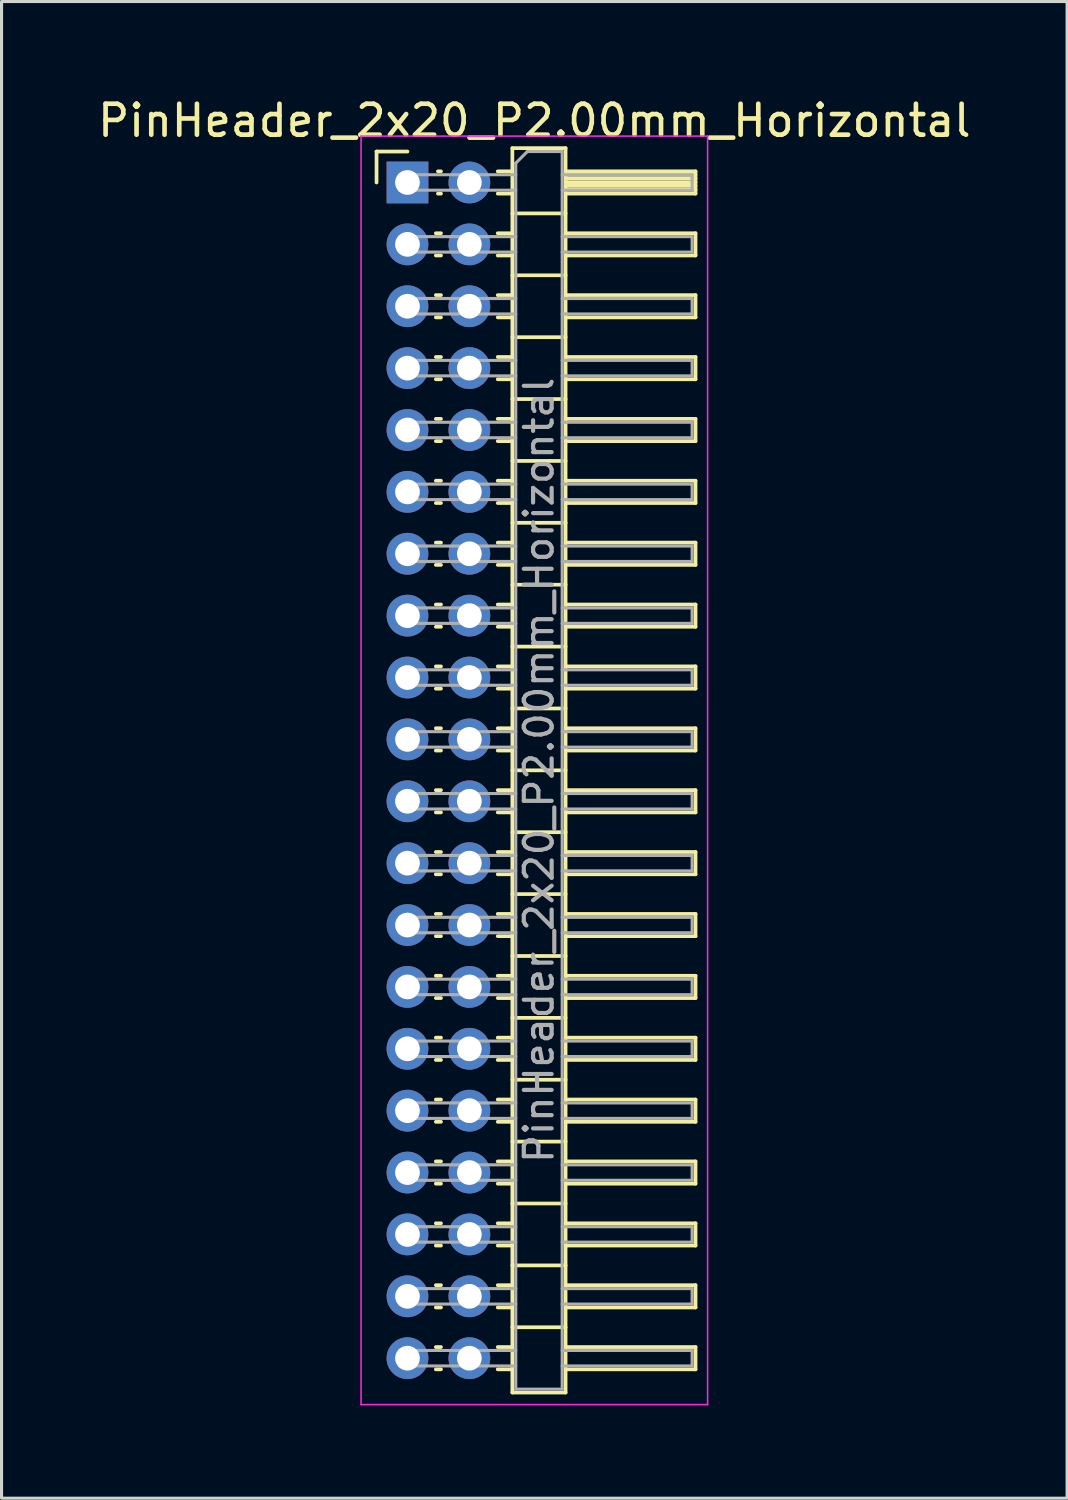
<source format=kicad_pcb>
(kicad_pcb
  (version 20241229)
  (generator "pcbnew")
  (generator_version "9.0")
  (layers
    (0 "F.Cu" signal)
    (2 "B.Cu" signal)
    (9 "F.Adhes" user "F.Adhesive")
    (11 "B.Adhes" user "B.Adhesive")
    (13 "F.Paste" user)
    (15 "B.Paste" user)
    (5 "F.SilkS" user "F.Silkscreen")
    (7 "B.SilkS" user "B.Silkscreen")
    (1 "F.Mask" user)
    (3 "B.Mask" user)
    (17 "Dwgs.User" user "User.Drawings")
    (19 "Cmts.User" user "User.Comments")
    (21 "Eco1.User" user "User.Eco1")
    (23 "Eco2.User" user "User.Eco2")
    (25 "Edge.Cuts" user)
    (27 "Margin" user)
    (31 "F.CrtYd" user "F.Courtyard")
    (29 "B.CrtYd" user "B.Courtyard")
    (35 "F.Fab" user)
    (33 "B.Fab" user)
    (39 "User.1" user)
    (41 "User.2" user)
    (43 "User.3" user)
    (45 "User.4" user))
  (footprint "PinHeader_2x20_P2.00mm_Horizontal"
    (layer "F.Cu")
    (at 10.12 2.848)
    (property "Reference" "PinHeader_2x20_P2.00mm_Horizontal" (at 4.1 -2 0) (layer "F.SilkS") (effects (font (size 1 1) (thickness 0.15))))
    (attr through_hole)
    (fp_line (start -1 -1) (end 0 -1) (stroke (width 0.12) (type solid)) (layer "F.SilkS"))
    (fp_line (start -1 0) (end -1 -1) (stroke (width 0.12) (type solid)) (layer "F.SilkS"))
    (fp_line (start 0.917 1.64) (end 1.083 1.64) (stroke (width 0.12) (type solid)) (layer "F.SilkS"))
    (fp_line (start 0.917 2.36) (end 1.083 2.36) (stroke (width 0.12) (type solid)) (layer "F.SilkS"))
    (fp_line (start 0.917 3.64) (end 1.083 3.64) (stroke (width 0.12) (type solid)) (layer "F.SilkS"))
    (fp_line (start 0.917 4.36) (end 1.083 4.36) (stroke (width 0.12) (type solid)) (layer "F.SilkS"))
    (fp_line (start 0.917 5.64) (end 1.083 5.64) (stroke (width 0.12) (type solid)) (layer "F.SilkS"))
    (fp_line (start 0.917 6.36) (end 1.083 6.36) (stroke (width 0.12) (type solid)) (layer "F.SilkS"))
    (fp_line (start 0.917 7.64) (end 1.083 7.64) (stroke (width 0.12) (type solid)) (layer "F.SilkS"))
    (fp_line (start 0.917 8.36) (end 1.083 8.36) (stroke (width 0.12) (type solid)) (layer "F.SilkS"))
    (fp_line (start 0.917 9.64) (end 1.083 9.64) (stroke (width 0.12) (type solid)) (layer "F.SilkS"))
    (fp_line (start 0.917 10.36) (end 1.083 10.36) (stroke (width 0.12) (type solid)) (layer "F.SilkS"))
    (fp_line (start 0.917 11.64) (end 1.083 11.64) (stroke (width 0.12) (type solid)) (layer "F.SilkS"))
    (fp_line (start 0.917 12.36) (end 1.083 12.36) (stroke (width 0.12) (type solid)) (layer "F.SilkS"))
    (fp_line (start 0.917 13.64) (end 1.083 13.64) (stroke (width 0.12) (type solid)) (layer "F.SilkS"))
    (fp_line (start 0.917 14.36) (end 1.083 14.36) (stroke (width 0.12) (type solid)) (layer "F.SilkS"))
    (fp_line (start 0.917 15.64) (end 1.083 15.64) (stroke (width 0.12) (type solid)) (layer "F.SilkS"))
    (fp_line (start 0.917 16.36) (end 1.083 16.36) (stroke (width 0.12) (type solid)) (layer "F.SilkS"))
    (fp_line (start 0.917 17.64) (end 1.083 17.64) (stroke (width 0.12) (type solid)) (layer "F.SilkS"))
    (fp_line (start 0.917 18.36) (end 1.083 18.36) (stroke (width 0.12) (type solid)) (layer "F.SilkS"))
    (fp_line (start 0.917 19.64) (end 1.083 19.64) (stroke (width 0.12) (type solid)) (layer "F.SilkS"))
    (fp_line (start 0.917 20.36) (end 1.083 20.36) (stroke (width 0.12) (type solid)) (layer "F.SilkS"))
    (fp_line (start 0.917 21.64) (end 1.083 21.64) (stroke (width 0.12) (type solid)) (layer "F.SilkS"))
    (fp_line (start 0.917 22.36) (end 1.083 22.36) (stroke (width 0.12) (type solid)) (layer "F.SilkS"))
    (fp_line (start 0.917 23.64) (end 1.083 23.64) (stroke (width 0.12) (type solid)) (layer "F.SilkS"))
    (fp_line (start 0.917 24.36) (end 1.083 24.36) (stroke (width 0.12) (type solid)) (layer "F.SilkS"))
    (fp_line (start 0.917 25.64) (end 1.083 25.64) (stroke (width 0.12) (type solid)) (layer "F.SilkS"))
    (fp_line (start 0.917 26.36) (end 1.083 26.36) (stroke (width 0.12) (type solid)) (layer "F.SilkS"))
    (fp_line (start 0.917 27.64) (end 1.083 27.64) (stroke (width 0.12) (type solid)) (layer "F.SilkS"))
    (fp_line (start 0.917 28.36) (end 1.083 28.36) (stroke (width 0.12) (type solid)) (layer "F.SilkS"))
    (fp_line (start 0.917 29.64) (end 1.083 29.64) (stroke (width 0.12) (type solid)) (layer "F.SilkS"))
    (fp_line (start 0.917 30.36) (end 1.083 30.36) (stroke (width 0.12) (type solid)) (layer "F.SilkS"))
    (fp_line (start 0.917 31.64) (end 1.083 31.64) (stroke (width 0.12) (type solid)) (layer "F.SilkS"))
    (fp_line (start 0.917 32.36) (end 1.083 32.36) (stroke (width 0.12) (type solid)) (layer "F.SilkS"))
    (fp_line (start 0.917 33.64) (end 1.083 33.64) (stroke (width 0.12) (type solid)) (layer "F.SilkS"))
    (fp_line (start 0.917 34.36) (end 1.083 34.36) (stroke (width 0.12) (type solid)) (layer "F.SilkS"))
    (fp_line (start 0.917 35.64) (end 1.083 35.64) (stroke (width 0.12) (type solid)) (layer "F.SilkS"))
    (fp_line (start 0.917 36.36) (end 1.083 36.36) (stroke (width 0.12) (type solid)) (layer "F.SilkS"))
    (fp_line (start 0.917 37.64) (end 1.083 37.64) (stroke (width 0.12) (type solid)) (layer "F.SilkS"))
    (fp_line (start 0.917 38.36) (end 1.083 38.36) (stroke (width 0.12) (type solid)) (layer "F.SilkS"))
    (fp_line (start 0.985 -0.36) (end 1.083 -0.36) (stroke (width 0.12) (type solid)) (layer "F.SilkS"))
    (fp_line (start 0.985 0.36) (end 1.083 0.36) (stroke (width 0.12) (type solid)) (layer "F.SilkS"))
    (fp_line (start 2.917 -0.36) (end 3.39 -0.36) (stroke (width 0.12) (type solid)) (layer "F.SilkS"))
    (fp_line (start 2.917 0.36) (end 3.39 0.36) (stroke (width 0.12) (type solid)) (layer "F.SilkS"))
    (fp_line (start 2.917 1.64) (end 3.39 1.64) (stroke (width 0.12) (type solid)) (layer "F.SilkS"))
    (fp_line (start 2.917 2.36) (end 3.39 2.36) (stroke (width 0.12) (type solid)) (layer "F.SilkS"))
    (fp_line (start 2.917 3.64) (end 3.39 3.64) (stroke (width 0.12) (type solid)) (layer "F.SilkS"))
    (fp_line (start 2.917 4.36) (end 3.39 4.36) (stroke (width 0.12) (type solid)) (layer "F.SilkS"))
    (fp_line (start 2.917 5.64) (end 3.39 5.64) (stroke (width 0.12) (type solid)) (layer "F.SilkS"))
    (fp_line (start 2.917 6.36) (end 3.39 6.36) (stroke (width 0.12) (type solid)) (layer "F.SilkS"))
    (fp_line (start 2.917 7.64) (end 3.39 7.64) (stroke (width 0.12) (type solid)) (layer "F.SilkS"))
    (fp_line (start 2.917 8.36) (end 3.39 8.36) (stroke (width 0.12) (type solid)) (layer "F.SilkS"))
    (fp_line (start 2.917 9.64) (end 3.39 9.64) (stroke (width 0.12) (type solid)) (layer "F.SilkS"))
    (fp_line (start 2.917 10.36) (end 3.39 10.36) (stroke (width 0.12) (type solid)) (layer "F.SilkS"))
    (fp_line (start 2.917 11.64) (end 3.39 11.64) (stroke (width 0.12) (type solid)) (layer "F.SilkS"))
    (fp_line (start 2.917 12.36) (end 3.39 12.36) (stroke (width 0.12) (type solid)) (layer "F.SilkS"))
    (fp_line (start 2.917 13.64) (end 3.39 13.64) (stroke (width 0.12) (type solid)) (layer "F.SilkS"))
    (fp_line (start 2.917 14.36) (end 3.39 14.36) (stroke (width 0.12) (type solid)) (layer "F.SilkS"))
    (fp_line (start 2.917 15.64) (end 3.39 15.64) (stroke (width 0.12) (type solid)) (layer "F.SilkS"))
    (fp_line (start 2.917 16.36) (end 3.39 16.36) (stroke (width 0.12) (type solid)) (layer "F.SilkS"))
    (fp_line (start 2.917 17.64) (end 3.39 17.64) (stroke (width 0.12) (type solid)) (layer "F.SilkS"))
    (fp_line (start 2.917 18.36) (end 3.39 18.36) (stroke (width 0.12) (type solid)) (layer "F.SilkS"))
    (fp_line (start 2.917 19.64) (end 3.39 19.64) (stroke (width 0.12) (type solid)) (layer "F.SilkS"))
    (fp_line (start 2.917 20.36) (end 3.39 20.36) (stroke (width 0.12) (type solid)) (layer "F.SilkS"))
    (fp_line (start 2.917 21.64) (end 3.39 21.64) (stroke (width 0.12) (type solid)) (layer "F.SilkS"))
    (fp_line (start 2.917 22.36) (end 3.39 22.36) (stroke (width 0.12) (type solid)) (layer "F.SilkS"))
    (fp_line (start 2.917 23.64) (end 3.39 23.64) (stroke (width 0.12) (type solid)) (layer "F.SilkS"))
    (fp_line (start 2.917 24.36) (end 3.39 24.36) (stroke (width 0.12) (type solid)) (layer "F.SilkS"))
    (fp_line (start 2.917 25.64) (end 3.39 25.64) (stroke (width 0.12) (type solid)) (layer "F.SilkS"))
    (fp_line (start 2.917 26.36) (end 3.39 26.36) (stroke (width 0.12) (type solid)) (layer "F.SilkS"))
    (fp_line (start 2.917 27.64) (end 3.39 27.64) (stroke (width 0.12) (type solid)) (layer "F.SilkS"))
    (fp_line (start 2.917 28.36) (end 3.39 28.36) (stroke (width 0.12) (type solid)) (layer "F.SilkS"))
    (fp_line (start 2.917 29.64) (end 3.39 29.64) (stroke (width 0.12) (type solid)) (layer "F.SilkS"))
    (fp_line (start 2.917 30.36) (end 3.39 30.36) (stroke (width 0.12) (type solid)) (layer "F.SilkS"))
    (fp_line (start 2.917 31.64) (end 3.39 31.64) (stroke (width 0.12) (type solid)) (layer "F.SilkS"))
    (fp_line (start 2.917 32.36) (end 3.39 32.36) (stroke (width 0.12) (type solid)) (layer "F.SilkS"))
    (fp_line (start 2.917 33.64) (end 3.39 33.64) (stroke (width 0.12) (type solid)) (layer "F.SilkS"))
    (fp_line (start 2.917 34.36) (end 3.39 34.36) (stroke (width 0.12) (type solid)) (layer "F.SilkS"))
    (fp_line (start 2.917 35.64) (end 3.39 35.64) (stroke (width 0.12) (type solid)) (layer "F.SilkS"))
    (fp_line (start 2.917 36.36) (end 3.39 36.36) (stroke (width 0.12) (type solid)) (layer "F.SilkS"))
    (fp_line (start 2.917 37.64) (end 3.39 37.64) (stroke (width 0.12) (type solid)) (layer "F.SilkS"))
    (fp_line (start 2.917 38.36) (end 3.39 38.36) (stroke (width 0.12) (type solid)) (layer "F.SilkS"))
    (fp_line (start 3.39 -1.11) (end 3.39 39.11) (stroke (width 0.12) (type solid)) (layer "F.SilkS"))
    (fp_line (start 3.39 1) (end 5.11 1) (stroke (width 0.12) (type solid)) (layer "F.SilkS"))
    (fp_line (start 3.39 3) (end 5.11 3) (stroke (width 0.12) (type solid)) (layer "F.SilkS"))
    (fp_line (start 3.39 5) (end 5.11 5) (stroke (width 0.12) (type solid)) (layer "F.SilkS"))
    (fp_line (start 3.39 7) (end 5.11 7) (stroke (width 0.12) (type solid)) (layer "F.SilkS"))
    (fp_line (start 3.39 9) (end 5.11 9) (stroke (width 0.12) (type solid)) (layer "F.SilkS"))
    (fp_line (start 3.39 11) (end 5.11 11) (stroke (width 0.12) (type solid)) (layer "F.SilkS"))
    (fp_line (start 3.39 13) (end 5.11 13) (stroke (width 0.12) (type solid)) (layer "F.SilkS"))
    (fp_line (start 3.39 15) (end 5.11 15) (stroke (width 0.12) (type solid)) (layer "F.SilkS"))
    (fp_line (start 3.39 17) (end 5.11 17) (stroke (width 0.12) (type solid)) (layer "F.SilkS"))
    (fp_line (start 3.39 19) (end 5.11 19) (stroke (width 0.12) (type solid)) (layer "F.SilkS"))
    (fp_line (start 3.39 21) (end 5.11 21) (stroke (width 0.12) (type solid)) (layer "F.SilkS"))
    (fp_line (start 3.39 23) (end 5.11 23) (stroke (width 0.12) (type solid)) (layer "F.SilkS"))
    (fp_line (start 3.39 25) (end 5.11 25) (stroke (width 0.12) (type solid)) (layer "F.SilkS"))
    (fp_line (start 3.39 27) (end 5.11 27) (stroke (width 0.12) (type solid)) (layer "F.SilkS"))
    (fp_line (start 3.39 29) (end 5.11 29) (stroke (width 0.12) (type solid)) (layer "F.SilkS"))
    (fp_line (start 3.39 31) (end 5.11 31) (stroke (width 0.12) (type solid)) (layer "F.SilkS"))
    (fp_line (start 3.39 33) (end 5.11 33) (stroke (width 0.12) (type solid)) (layer "F.SilkS"))
    (fp_line (start 3.39 35) (end 5.11 35) (stroke (width 0.12) (type solid)) (layer "F.SilkS"))
    (fp_line (start 3.39 37) (end 5.11 37) (stroke (width 0.12) (type solid)) (layer "F.SilkS"))
    (fp_line (start 3.39 39.11) (end 5.11 39.11) (stroke (width 0.12) (type solid)) (layer "F.SilkS"))
    (fp_line (start 5.11 -1.11) (end 3.39 -1.11) (stroke (width 0.12) (type solid)) (layer "F.SilkS"))
    (fp_line (start 5.11 -0.36) (end 9.31 -0.36) (stroke (width 0.12) (type solid)) (layer "F.SilkS"))
    (fp_line (start 5.11 -0.25) (end 9.31 -0.25) (stroke (width 0.12) (type solid)) (layer "F.SilkS"))
    (fp_line (start 5.11 -0.13) (end 9.31 -0.13) (stroke (width 0.12) (type solid)) (layer "F.SilkS"))
    (fp_line (start 5.11 -0.01) (end 9.31 -0.01) (stroke (width 0.12) (type solid)) (layer "F.SilkS"))
    (fp_line (start 5.11 0.11) (end 9.31 0.11) (stroke (width 0.12) (type solid)) (layer "F.SilkS"))
    (fp_line (start 5.11 0.23) (end 9.31 0.23) (stroke (width 0.12) (type solid)) (layer "F.SilkS"))
    (fp_line (start 5.11 1.64) (end 9.31 1.64) (stroke (width 0.12) (type solid)) (layer "F.SilkS"))
    (fp_line (start 5.11 3.64) (end 9.31 3.64) (stroke (width 0.12) (type solid)) (layer "F.SilkS"))
    (fp_line (start 5.11 5.64) (end 9.31 5.64) (stroke (width 0.12) (type solid)) (layer "F.SilkS"))
    (fp_line (start 5.11 7.64) (end 9.31 7.64) (stroke (width 0.12) (type solid)) (layer "F.SilkS"))
    (fp_line (start 5.11 9.64) (end 9.31 9.64) (stroke (width 0.12) (type solid)) (layer "F.SilkS"))
    (fp_line (start 5.11 11.64) (end 9.31 11.64) (stroke (width 0.12) (type solid)) (layer "F.SilkS"))
    (fp_line (start 5.11 13.64) (end 9.31 13.64) (stroke (width 0.12) (type solid)) (layer "F.SilkS"))
    (fp_line (start 5.11 15.64) (end 9.31 15.64) (stroke (width 0.12) (type solid)) (layer "F.SilkS"))
    (fp_line (start 5.11 17.64) (end 9.31 17.64) (stroke (width 0.12) (type solid)) (layer "F.SilkS"))
    (fp_line (start 5.11 19.64) (end 9.31 19.64) (stroke (width 0.12) (type solid)) (layer "F.SilkS"))
    (fp_line (start 5.11 21.64) (end 9.31 21.64) (stroke (width 0.12) (type solid)) (layer "F.SilkS"))
    (fp_line (start 5.11 23.64) (end 9.31 23.64) (stroke (width 0.12) (type solid)) (layer "F.SilkS"))
    (fp_line (start 5.11 25.64) (end 9.31 25.64) (stroke (width 0.12) (type solid)) (layer "F.SilkS"))
    (fp_line (start 5.11 27.64) (end 9.31 27.64) (stroke (width 0.12) (type solid)) (layer "F.SilkS"))
    (fp_line (start 5.11 29.64) (end 9.31 29.64) (stroke (width 0.12) (type solid)) (layer "F.SilkS"))
    (fp_line (start 5.11 31.64) (end 9.31 31.64) (stroke (width 0.12) (type solid)) (layer "F.SilkS"))
    (fp_line (start 5.11 33.64) (end 9.31 33.64) (stroke (width 0.12) (type solid)) (layer "F.SilkS"))
    (fp_line (start 5.11 35.64) (end 9.31 35.64) (stroke (width 0.12) (type solid)) (layer "F.SilkS"))
    (fp_line (start 5.11 37.64) (end 9.31 37.64) (stroke (width 0.12) (type solid)) (layer "F.SilkS"))
    (fp_line (start 5.11 39.11) (end 5.11 -1.11) (stroke (width 0.12) (type solid)) (layer "F.SilkS"))
    (fp_line (start 9.31 -0.36) (end 9.31 0.36) (stroke (width 0.12) (type solid)) (layer "F.SilkS"))
    (fp_line (start 9.31 0.36) (end 5.11 0.36) (stroke (width 0.12) (type solid)) (layer "F.SilkS"))
    (fp_line (start 9.31 1.64) (end 9.31 2.36) (stroke (width 0.12) (type solid)) (layer "F.SilkS"))
    (fp_line (start 9.31 2.36) (end 5.11 2.36) (stroke (width 0.12) (type solid)) (layer "F.SilkS"))
    (fp_line (start 9.31 3.64) (end 9.31 4.36) (stroke (width 0.12) (type solid)) (layer "F.SilkS"))
    (fp_line (start 9.31 4.36) (end 5.11 4.36) (stroke (width 0.12) (type solid)) (layer "F.SilkS"))
    (fp_line (start 9.31 5.64) (end 9.31 6.36) (stroke (width 0.12) (type solid)) (layer "F.SilkS"))
    (fp_line (start 9.31 6.36) (end 5.11 6.36) (stroke (width 0.12) (type solid)) (layer "F.SilkS"))
    (fp_line (start 9.31 7.64) (end 9.31 8.36) (stroke (width 0.12) (type solid)) (layer "F.SilkS"))
    (fp_line (start 9.31 8.36) (end 5.11 8.36) (stroke (width 0.12) (type solid)) (layer "F.SilkS"))
    (fp_line (start 9.31 9.64) (end 9.31 10.36) (stroke (width 0.12) (type solid)) (layer "F.SilkS"))
    (fp_line (start 9.31 10.36) (end 5.11 10.36) (stroke (width 0.12) (type solid)) (layer "F.SilkS"))
    (fp_line (start 9.31 11.64) (end 9.31 12.36) (stroke (width 0.12) (type solid)) (layer "F.SilkS"))
    (fp_line (start 9.31 12.36) (end 5.11 12.36) (stroke (width 0.12) (type solid)) (layer "F.SilkS"))
    (fp_line (start 9.31 13.64) (end 9.31 14.36) (stroke (width 0.12) (type solid)) (layer "F.SilkS"))
    (fp_line (start 9.31 14.36) (end 5.11 14.36) (stroke (width 0.12) (type solid)) (layer "F.SilkS"))
    (fp_line (start 9.31 15.64) (end 9.31 16.36) (stroke (width 0.12) (type solid)) (layer "F.SilkS"))
    (fp_line (start 9.31 16.36) (end 5.11 16.36) (stroke (width 0.12) (type solid)) (layer "F.SilkS"))
    (fp_line (start 9.31 17.64) (end 9.31 18.36) (stroke (width 0.12) (type solid)) (layer "F.SilkS"))
    (fp_line (start 9.31 18.36) (end 5.11 18.36) (stroke (width 0.12) (type solid)) (layer "F.SilkS"))
    (fp_line (start 9.31 19.64) (end 9.31 20.36) (stroke (width 0.12) (type solid)) (layer "F.SilkS"))
    (fp_line (start 9.31 20.36) (end 5.11 20.36) (stroke (width 0.12) (type solid)) (layer "F.SilkS"))
    (fp_line (start 9.31 21.64) (end 9.31 22.36) (stroke (width 0.12) (type solid)) (layer "F.SilkS"))
    (fp_line (start 9.31 22.36) (end 5.11 22.36) (stroke (width 0.12) (type solid)) (layer "F.SilkS"))
    (fp_line (start 9.31 23.64) (end 9.31 24.36) (stroke (width 0.12) (type solid)) (layer "F.SilkS"))
    (fp_line (start 9.31 24.36) (end 5.11 24.36) (stroke (width 0.12) (type solid)) (layer "F.SilkS"))
    (fp_line (start 9.31 25.64) (end 9.31 26.36) (stroke (width 0.12) (type solid)) (layer "F.SilkS"))
    (fp_line (start 9.31 26.36) (end 5.11 26.36) (stroke (width 0.12) (type solid)) (layer "F.SilkS"))
    (fp_line (start 9.31 27.64) (end 9.31 28.36) (stroke (width 0.12) (type solid)) (layer "F.SilkS"))
    (fp_line (start 9.31 28.36) (end 5.11 28.36) (stroke (width 0.12) (type solid)) (layer "F.SilkS"))
    (fp_line (start 9.31 29.64) (end 9.31 30.36) (stroke (width 0.12) (type solid)) (layer "F.SilkS"))
    (fp_line (start 9.31 30.36) (end 5.11 30.36) (stroke (width 0.12) (type solid)) (layer "F.SilkS"))
    (fp_line (start 9.31 31.64) (end 9.31 32.36) (stroke (width 0.12) (type solid)) (layer "F.SilkS"))
    (fp_line (start 9.31 32.36) (end 5.11 32.36) (stroke (width 0.12) (type solid)) (layer "F.SilkS"))
    (fp_line (start 9.31 33.64) (end 9.31 34.36) (stroke (width 0.12) (type solid)) (layer "F.SilkS"))
    (fp_line (start 9.31 34.36) (end 5.11 34.36) (stroke (width 0.12) (type solid)) (layer "F.SilkS"))
    (fp_line (start 9.31 35.64) (end 9.31 36.36) (stroke (width 0.12) (type solid)) (layer "F.SilkS"))
    (fp_line (start 9.31 36.36) (end 5.11 36.36) (stroke (width 0.12) (type solid)) (layer "F.SilkS"))
    (fp_line (start 9.31 37.64) (end 9.31 38.36) (stroke (width 0.12) (type solid)) (layer "F.SilkS"))
    (fp_line (start 9.31 38.36) (end 5.11 38.36) (stroke (width 0.12) (type solid)) (layer "F.SilkS"))
    (fp_line (start -1.5 -1.5) (end -1.5 39.5) (stroke (width 0.05) (type solid)) (layer "F.CrtYd"))
    (fp_line (start -1.5 39.5) (end 9.7 39.5) (stroke (width 0.05) (type solid)) (layer "F.CrtYd"))
    (fp_line (start 9.7 -1.5) (end -1.5 -1.5) (stroke (width 0.05) (type solid)) (layer "F.CrtYd"))
    (fp_line (start 9.7 39.5) (end 9.7 -1.5) (stroke (width 0.05) (type solid)) (layer "F.CrtYd"))
    (fp_line (start -0.25 -0.25) (end -0.25 0.25) (stroke (width 0.1) (type solid)) (layer "F.Fab"))
    (fp_line (start -0.25 -0.25) (end 3.5 -0.25) (stroke (width 0.1) (type solid)) (layer "F.Fab"))
    (fp_line (start -0.25 0.25) (end 3.5 0.25) (stroke (width 0.1) (type solid)) (layer "F.Fab"))
    (fp_line (start -0.25 1.75) (end -0.25 2.25) (stroke (width 0.1) (type solid)) (layer "F.Fab"))
    (fp_line (start -0.25 1.75) (end 3.5 1.75) (stroke (width 0.1) (type solid)) (layer "F.Fab"))
    (fp_line (start -0.25 2.25) (end 3.5 2.25) (stroke (width 0.1) (type solid)) (layer "F.Fab"))
    (fp_line (start -0.25 3.75) (end -0.25 4.25) (stroke (width 0.1) (type solid)) (layer "F.Fab"))
    (fp_line (start -0.25 3.75) (end 3.5 3.75) (stroke (width 0.1) (type solid)) (layer "F.Fab"))
    (fp_line (start -0.25 4.25) (end 3.5 4.25) (stroke (width 0.1) (type solid)) (layer "F.Fab"))
    (fp_line (start -0.25 5.75) (end -0.25 6.25) (stroke (width 0.1) (type solid)) (layer "F.Fab"))
    (fp_line (start -0.25 5.75) (end 3.5 5.75) (stroke (width 0.1) (type solid)) (layer "F.Fab"))
    (fp_line (start -0.25 6.25) (end 3.5 6.25) (stroke (width 0.1) (type solid)) (layer "F.Fab"))
    (fp_line (start -0.25 7.75) (end -0.25 8.25) (stroke (width 0.1) (type solid)) (layer "F.Fab"))
    (fp_line (start -0.25 7.75) (end 3.5 7.75) (stroke (width 0.1) (type solid)) (layer "F.Fab"))
    (fp_line (start -0.25 8.25) (end 3.5 8.25) (stroke (width 0.1) (type solid)) (layer "F.Fab"))
    (fp_line (start -0.25 9.75) (end -0.25 10.25) (stroke (width 0.1) (type solid)) (layer "F.Fab"))
    (fp_line (start -0.25 9.75) (end 3.5 9.75) (stroke (width 0.1) (type solid)) (layer "F.Fab"))
    (fp_line (start -0.25 10.25) (end 3.5 10.25) (stroke (width 0.1) (type solid)) (layer "F.Fab"))
    (fp_line (start -0.25 11.75) (end -0.25 12.25) (stroke (width 0.1) (type solid)) (layer "F.Fab"))
    (fp_line (start -0.25 11.75) (end 3.5 11.75) (stroke (width 0.1) (type solid)) (layer "F.Fab"))
    (fp_line (start -0.25 12.25) (end 3.5 12.25) (stroke (width 0.1) (type solid)) (layer "F.Fab"))
    (fp_line (start -0.25 13.75) (end -0.25 14.25) (stroke (width 0.1) (type solid)) (layer "F.Fab"))
    (fp_line (start -0.25 13.75) (end 3.5 13.75) (stroke (width 0.1) (type solid)) (layer "F.Fab"))
    (fp_line (start -0.25 14.25) (end 3.5 14.25) (stroke (width 0.1) (type solid)) (layer "F.Fab"))
    (fp_line (start -0.25 15.75) (end -0.25 16.25) (stroke (width 0.1) (type solid)) (layer "F.Fab"))
    (fp_line (start -0.25 15.75) (end 3.5 15.75) (stroke (width 0.1) (type solid)) (layer "F.Fab"))
    (fp_line (start -0.25 16.25) (end 3.5 16.25) (stroke (width 0.1) (type solid)) (layer "F.Fab"))
    (fp_line (start -0.25 17.75) (end -0.25 18.25) (stroke (width 0.1) (type solid)) (layer "F.Fab"))
    (fp_line (start -0.25 17.75) (end 3.5 17.75) (stroke (width 0.1) (type solid)) (layer "F.Fab"))
    (fp_line (start -0.25 18.25) (end 3.5 18.25) (stroke (width 0.1) (type solid)) (layer "F.Fab"))
    (fp_line (start -0.25 19.75) (end -0.25 20.25) (stroke (width 0.1) (type solid)) (layer "F.Fab"))
    (fp_line (start -0.25 19.75) (end 3.5 19.75) (stroke (width 0.1) (type solid)) (layer "F.Fab"))
    (fp_line (start -0.25 20.25) (end 3.5 20.25) (stroke (width 0.1) (type solid)) (layer "F.Fab"))
    (fp_line (start -0.25 21.75) (end -0.25 22.25) (stroke (width 0.1) (type solid)) (layer "F.Fab"))
    (fp_line (start -0.25 21.75) (end 3.5 21.75) (stroke (width 0.1) (type solid)) (layer "F.Fab"))
    (fp_line (start -0.25 22.25) (end 3.5 22.25) (stroke (width 0.1) (type solid)) (layer "F.Fab"))
    (fp_line (start -0.25 23.75) (end -0.25 24.25) (stroke (width 0.1) (type solid)) (layer "F.Fab"))
    (fp_line (start -0.25 23.75) (end 3.5 23.75) (stroke (width 0.1) (type solid)) (layer "F.Fab"))
    (fp_line (start -0.25 24.25) (end 3.5 24.25) (stroke (width 0.1) (type solid)) (layer "F.Fab"))
    (fp_line (start -0.25 25.75) (end -0.25 26.25) (stroke (width 0.1) (type solid)) (layer "F.Fab"))
    (fp_line (start -0.25 25.75) (end 3.5 25.75) (stroke (width 0.1) (type solid)) (layer "F.Fab"))
    (fp_line (start -0.25 26.25) (end 3.5 26.25) (stroke (width 0.1) (type solid)) (layer "F.Fab"))
    (fp_line (start -0.25 27.75) (end -0.25 28.25) (stroke (width 0.1) (type solid)) (layer "F.Fab"))
    (fp_line (start -0.25 27.75) (end 3.5 27.75) (stroke (width 0.1) (type solid)) (layer "F.Fab"))
    (fp_line (start -0.25 28.25) (end 3.5 28.25) (stroke (width 0.1) (type solid)) (layer "F.Fab"))
    (fp_line (start -0.25 29.75) (end -0.25 30.25) (stroke (width 0.1) (type solid)) (layer "F.Fab"))
    (fp_line (start -0.25 29.75) (end 3.5 29.75) (stroke (width 0.1) (type solid)) (layer "F.Fab"))
    (fp_line (start -0.25 30.25) (end 3.5 30.25) (stroke (width 0.1) (type solid)) (layer "F.Fab"))
    (fp_line (start -0.25 31.75) (end -0.25 32.25) (stroke (width 0.1) (type solid)) (layer "F.Fab"))
    (fp_line (start -0.25 31.75) (end 3.5 31.75) (stroke (width 0.1) (type solid)) (layer "F.Fab"))
    (fp_line (start -0.25 32.25) (end 3.5 32.25) (stroke (width 0.1) (type solid)) (layer "F.Fab"))
    (fp_line (start -0.25 33.75) (end -0.25 34.25) (stroke (width 0.1) (type solid)) (layer "F.Fab"))
    (fp_line (start -0.25 33.75) (end 3.5 33.75) (stroke (width 0.1) (type solid)) (layer "F.Fab"))
    (fp_line (start -0.25 34.25) (end 3.5 34.25) (stroke (width 0.1) (type solid)) (layer "F.Fab"))
    (fp_line (start -0.25 35.75) (end -0.25 36.25) (stroke (width 0.1) (type solid)) (layer "F.Fab"))
    (fp_line (start -0.25 35.75) (end 3.5 35.75) (stroke (width 0.1) (type solid)) (layer "F.Fab"))
    (fp_line (start -0.25 36.25) (end 3.5 36.25) (stroke (width 0.1) (type solid)) (layer "F.Fab"))
    (fp_line (start -0.25 37.75) (end -0.25 38.25) (stroke (width 0.1) (type solid)) (layer "F.Fab"))
    (fp_line (start -0.25 37.75) (end 3.5 37.75) (stroke (width 0.1) (type solid)) (layer "F.Fab"))
    (fp_line (start -0.25 38.25) (end 3.5 38.25) (stroke (width 0.1) (type solid)) (layer "F.Fab"))
    (fp_line (start 3.5 -0.625) (end 3.875 -1) (stroke (width 0.1) (type solid)) (layer "F.Fab"))
    (fp_line (start 3.5 39) (end 3.5 -0.625) (stroke (width 0.1) (type solid)) (layer "F.Fab"))
    (fp_line (start 3.875 -1) (end 5 -1) (stroke (width 0.1) (type solid)) (layer "F.Fab"))
    (fp_line (start 5 -1) (end 5 39) (stroke (width 0.1) (type solid)) (layer "F.Fab"))
    (fp_line (start 5 -0.25) (end 9.2 -0.25) (stroke (width 0.1) (type solid)) (layer "F.Fab"))
    (fp_line (start 5 0.25) (end 9.2 0.25) (stroke (width 0.1) (type solid)) (layer "F.Fab"))
    (fp_line (start 5 1.75) (end 9.2 1.75) (stroke (width 0.1) (type solid)) (layer "F.Fab"))
    (fp_line (start 5 2.25) (end 9.2 2.25) (stroke (width 0.1) (type solid)) (layer "F.Fab"))
    (fp_line (start 5 3.75) (end 9.2 3.75) (stroke (width 0.1) (type solid)) (layer "F.Fab"))
    (fp_line (start 5 4.25) (end 9.2 4.25) (stroke (width 0.1) (type solid)) (layer "F.Fab"))
    (fp_line (start 5 5.75) (end 9.2 5.75) (stroke (width 0.1) (type solid)) (layer "F.Fab"))
    (fp_line (start 5 6.25) (end 9.2 6.25) (stroke (width 0.1) (type solid)) (layer "F.Fab"))
    (fp_line (start 5 7.75) (end 9.2 7.75) (stroke (width 0.1) (type solid)) (layer "F.Fab"))
    (fp_line (start 5 8.25) (end 9.2 8.25) (stroke (width 0.1) (type solid)) (layer "F.Fab"))
    (fp_line (start 5 9.75) (end 9.2 9.75) (stroke (width 0.1) (type solid)) (layer "F.Fab"))
    (fp_line (start 5 10.25) (end 9.2 10.25) (stroke (width 0.1) (type solid)) (layer "F.Fab"))
    (fp_line (start 5 11.75) (end 9.2 11.75) (stroke (width 0.1) (type solid)) (layer "F.Fab"))
    (fp_line (start 5 12.25) (end 9.2 12.25) (stroke (width 0.1) (type solid)) (layer "F.Fab"))
    (fp_line (start 5 13.75) (end 9.2 13.75) (stroke (width 0.1) (type solid)) (layer "F.Fab"))
    (fp_line (start 5 14.25) (end 9.2 14.25) (stroke (width 0.1) (type solid)) (layer "F.Fab"))
    (fp_line (start 5 15.75) (end 9.2 15.75) (stroke (width 0.1) (type solid)) (layer "F.Fab"))
    (fp_line (start 5 16.25) (end 9.2 16.25) (stroke (width 0.1) (type solid)) (layer "F.Fab"))
    (fp_line (start 5 17.75) (end 9.2 17.75) (stroke (width 0.1) (type solid)) (layer "F.Fab"))
    (fp_line (start 5 18.25) (end 9.2 18.25) (stroke (width 0.1) (type solid)) (layer "F.Fab"))
    (fp_line (start 5 19.75) (end 9.2 19.75) (stroke (width 0.1) (type solid)) (layer "F.Fab"))
    (fp_line (start 5 20.25) (end 9.2 20.25) (stroke (width 0.1) (type solid)) (layer "F.Fab"))
    (fp_line (start 5 21.75) (end 9.2 21.75) (stroke (width 0.1) (type solid)) (layer "F.Fab"))
    (fp_line (start 5 22.25) (end 9.2 22.25) (stroke (width 0.1) (type solid)) (layer "F.Fab"))
    (fp_line (start 5 23.75) (end 9.2 23.75) (stroke (width 0.1) (type solid)) (layer "F.Fab"))
    (fp_line (start 5 24.25) (end 9.2 24.25) (stroke (width 0.1) (type solid)) (layer "F.Fab"))
    (fp_line (start 5 25.75) (end 9.2 25.75) (stroke (width 0.1) (type solid)) (layer "F.Fab"))
    (fp_line (start 5 26.25) (end 9.2 26.25) (stroke (width 0.1) (type solid)) (layer "F.Fab"))
    (fp_line (start 5 27.75) (end 9.2 27.75) (stroke (width 0.1) (type solid)) (layer "F.Fab"))
    (fp_line (start 5 28.25) (end 9.2 28.25) (stroke (width 0.1) (type solid)) (layer "F.Fab"))
    (fp_line (start 5 29.75) (end 9.2 29.75) (stroke (width 0.1) (type solid)) (layer "F.Fab"))
    (fp_line (start 5 30.25) (end 9.2 30.25) (stroke (width 0.1) (type solid)) (layer "F.Fab"))
    (fp_line (start 5 31.75) (end 9.2 31.75) (stroke (width 0.1) (type solid)) (layer "F.Fab"))
    (fp_line (start 5 32.25) (end 9.2 32.25) (stroke (width 0.1) (type solid)) (layer "F.Fab"))
    (fp_line (start 5 33.75) (end 9.2 33.75) (stroke (width 0.1) (type solid)) (layer "F.Fab"))
    (fp_line (start 5 34.25) (end 9.2 34.25) (stroke (width 0.1) (type solid)) (layer "F.Fab"))
    (fp_line (start 5 35.75) (end 9.2 35.75) (stroke (width 0.1) (type solid)) (layer "F.Fab"))
    (fp_line (start 5 36.25) (end 9.2 36.25) (stroke (width 0.1) (type solid)) (layer "F.Fab"))
    (fp_line (start 5 37.75) (end 9.2 37.75) (stroke (width 0.1) (type solid)) (layer "F.Fab"))
    (fp_line (start 5 38.25) (end 9.2 38.25) (stroke (width 0.1) (type solid)) (layer "F.Fab"))
    (fp_line (start 5 39) (end 3.5 39) (stroke (width 0.1) (type solid)) (layer "F.Fab"))
    (fp_line (start 9.2 -0.25) (end 9.2 0.25) (stroke (width 0.1) (type solid)) (layer "F.Fab"))
    (fp_line (start 9.2 1.75) (end 9.2 2.25) (stroke (width 0.1) (type solid)) (layer "F.Fab"))
    (fp_line (start 9.2 3.75) (end 9.2 4.25) (stroke (width 0.1) (type solid)) (layer "F.Fab"))
    (fp_line (start 9.2 5.75) (end 9.2 6.25) (stroke (width 0.1) (type solid)) (layer "F.Fab"))
    (fp_line (start 9.2 7.75) (end 9.2 8.25) (stroke (width 0.1) (type solid)) (layer "F.Fab"))
    (fp_line (start 9.2 9.75) (end 9.2 10.25) (stroke (width 0.1) (type solid)) (layer "F.Fab"))
    (fp_line (start 9.2 11.75) (end 9.2 12.25) (stroke (width 0.1) (type solid)) (layer "F.Fab"))
    (fp_line (start 9.2 13.75) (end 9.2 14.25) (stroke (width 0.1) (type solid)) (layer "F.Fab"))
    (fp_line (start 9.2 15.75) (end 9.2 16.25) (stroke (width 0.1) (type solid)) (layer "F.Fab"))
    (fp_line (start 9.2 17.75) (end 9.2 18.25) (stroke (width 0.1) (type solid)) (layer "F.Fab"))
    (fp_line (start 9.2 19.75) (end 9.2 20.25) (stroke (width 0.1) (type solid)) (layer "F.Fab"))
    (fp_line (start 9.2 21.75) (end 9.2 22.25) (stroke (width 0.1) (type solid)) (layer "F.Fab"))
    (fp_line (start 9.2 23.75) (end 9.2 24.25) (stroke (width 0.1) (type solid)) (layer "F.Fab"))
    (fp_line (start 9.2 25.75) (end 9.2 26.25) (stroke (width 0.1) (type solid)) (layer "F.Fab"))
    (fp_line (start 9.2 27.75) (end 9.2 28.25) (stroke (width 0.1) (type solid)) (layer "F.Fab"))
    (fp_line (start 9.2 29.75) (end 9.2 30.25) (stroke (width 0.1) (type solid)) (layer "F.Fab"))
    (fp_line (start 9.2 31.75) (end 9.2 32.25) (stroke (width 0.1) (type solid)) (layer "F.Fab"))
    (fp_line (start 9.2 33.75) (end 9.2 34.25) (stroke (width 0.1) (type solid)) (layer "F.Fab"))
    (fp_line (start 9.2 35.75) (end 9.2 36.25) (stroke (width 0.1) (type solid)) (layer "F.Fab"))
    (fp_line (start 9.2 37.75) (end 9.2 38.25) (stroke (width 0.1) (type solid)) (layer "F.Fab"))
    (fp_text user "${REFERENCE}" (at 4.25 19 90) (layer "F.Fab") (effects (font (size 0.9 0.9) (thickness 0.135))))
    (pad "1" thru_hole rect (at 0 0) (size 1.35 1.35) (drill 0.8) (layers "*.Cu" "*.Mask"))
    (pad "2" thru_hole circle (at 2 0) (size 1.35 1.35) (drill 0.8) (layers "*.Cu" "*.Mask"))
    (pad "3" thru_hole circle (at 0 2) (size 1.35 1.35) (drill 0.8) (layers "*.Cu" "*.Mask"))
    (pad "4" thru_hole circle (at 2 2) (size 1.35 1.35) (drill 0.8) (layers "*.Cu" "*.Mask"))
    (pad "5" thru_hole circle (at 0 4) (size 1.35 1.35) (drill 0.8) (layers "*.Cu" "*.Mask"))
    (pad "6" thru_hole circle (at 2 4) (size 1.35 1.35) (drill 0.8) (layers "*.Cu" "*.Mask"))
    (pad "7" thru_hole circle (at 0 6) (size 1.35 1.35) (drill 0.8) (layers "*.Cu" "*.Mask"))
    (pad "8" thru_hole circle (at 2 6) (size 1.35 1.35) (drill 0.8) (layers "*.Cu" "*.Mask"))
    (pad "9" thru_hole circle (at 0 8) (size 1.35 1.35) (drill 0.8) (layers "*.Cu" "*.Mask"))
    (pad "10" thru_hole circle (at 2 8) (size 1.35 1.35) (drill 0.8) (layers "*.Cu" "*.Mask"))
    (pad "11" thru_hole circle (at 0 10) (size 1.35 1.35) (drill 0.8) (layers "*.Cu" "*.Mask"))
    (pad "12" thru_hole circle (at 2 10) (size 1.35 1.35) (drill 0.8) (layers "*.Cu" "*.Mask"))
    (pad "13" thru_hole circle (at 0 12) (size 1.35 1.35) (drill 0.8) (layers "*.Cu" "*.Mask"))
    (pad "14" thru_hole circle (at 2 12) (size 1.35 1.35) (drill 0.8) (layers "*.Cu" "*.Mask"))
    (pad "15" thru_hole circle (at 0 14) (size 1.35 1.35) (drill 0.8) (layers "*.Cu" "*.Mask"))
    (pad "16" thru_hole circle (at 2 14) (size 1.35 1.35) (drill 0.8) (layers "*.Cu" "*.Mask"))
    (pad "17" thru_hole circle (at 0 16) (size 1.35 1.35) (drill 0.8) (layers "*.Cu" "*.Mask"))
    (pad "18" thru_hole circle (at 2 16) (size 1.35 1.35) (drill 0.8) (layers "*.Cu" "*.Mask"))
    (pad "19" thru_hole circle (at 0 18) (size 1.35 1.35) (drill 0.8) (layers "*.Cu" "*.Mask"))
    (pad "20" thru_hole circle (at 2 18) (size 1.35 1.35) (drill 0.8) (layers "*.Cu" "*.Mask"))
    (pad "21" thru_hole circle (at 0 20) (size 1.35 1.35) (drill 0.8) (layers "*.Cu" "*.Mask"))
    (pad "22" thru_hole circle (at 2 20) (size 1.35 1.35) (drill 0.8) (layers "*.Cu" "*.Mask"))
    (pad "23" thru_hole circle (at 0 22) (size 1.35 1.35) (drill 0.8) (layers "*.Cu" "*.Mask"))
    (pad "24" thru_hole circle (at 2 22) (size 1.35 1.35) (drill 0.8) (layers "*.Cu" "*.Mask"))
    (pad "25" thru_hole circle (at 0 24) (size 1.35 1.35) (drill 0.8) (layers "*.Cu" "*.Mask"))
    (pad "26" thru_hole circle (at 2 24) (size 1.35 1.35) (drill 0.8) (layers "*.Cu" "*.Mask"))
    (pad "27" thru_hole circle (at 0 26) (size 1.35 1.35) (drill 0.8) (layers "*.Cu" "*.Mask"))
    (pad "28" thru_hole circle (at 2 26) (size 1.35 1.35) (drill 0.8) (layers "*.Cu" "*.Mask"))
    (pad "29" thru_hole circle (at 0 28) (size 1.35 1.35) (drill 0.8) (layers "*.Cu" "*.Mask"))
    (pad "30" thru_hole circle (at 2 28) (size 1.35 1.35) (drill 0.8) (layers "*.Cu" "*.Mask"))
    (pad "31" thru_hole circle (at 0 30) (size 1.35 1.35) (drill 0.8) (layers "*.Cu" "*.Mask"))
    (pad "32" thru_hole circle (at 2 30) (size 1.35 1.35) (drill 0.8) (layers "*.Cu" "*.Mask"))
    (pad "33" thru_hole circle (at 0 32) (size 1.35 1.35) (drill 0.8) (layers "*.Cu" "*.Mask"))
    (pad "34" thru_hole circle (at 2 32) (size 1.35 1.35) (drill 0.8) (layers "*.Cu" "*.Mask"))
    (pad "35" thru_hole circle (at 0 34) (size 1.35 1.35) (drill 0.8) (layers "*.Cu" "*.Mask"))
    (pad "36" thru_hole circle (at 2 34) (size 1.35 1.35) (drill 0.8) (layers "*.Cu" "*.Mask"))
    (pad "37" thru_hole circle (at 0 36) (size 1.35 1.35) (drill 0.8) (layers "*.Cu" "*.Mask"))
    (pad "38" thru_hole circle (at 2 36) (size 1.35 1.35) (drill 0.8) (layers "*.Cu" "*.Mask"))
    (pad "39" thru_hole circle (at 0 38) (size 1.35 1.35) (drill 0.8) (layers "*.Cu" "*.Mask"))
    (pad "40" thru_hole circle (at 2 38) (size 1.35 1.35) (drill 0.8) (layers "*.Cu" "*.Mask")))
  (gr_rect
    (start -3 -3)
    (end 31.44 45.373)
    (stroke (width 0.1) (type default))
    (fill no)
    (layer "Edge.Cuts")))
</source>
